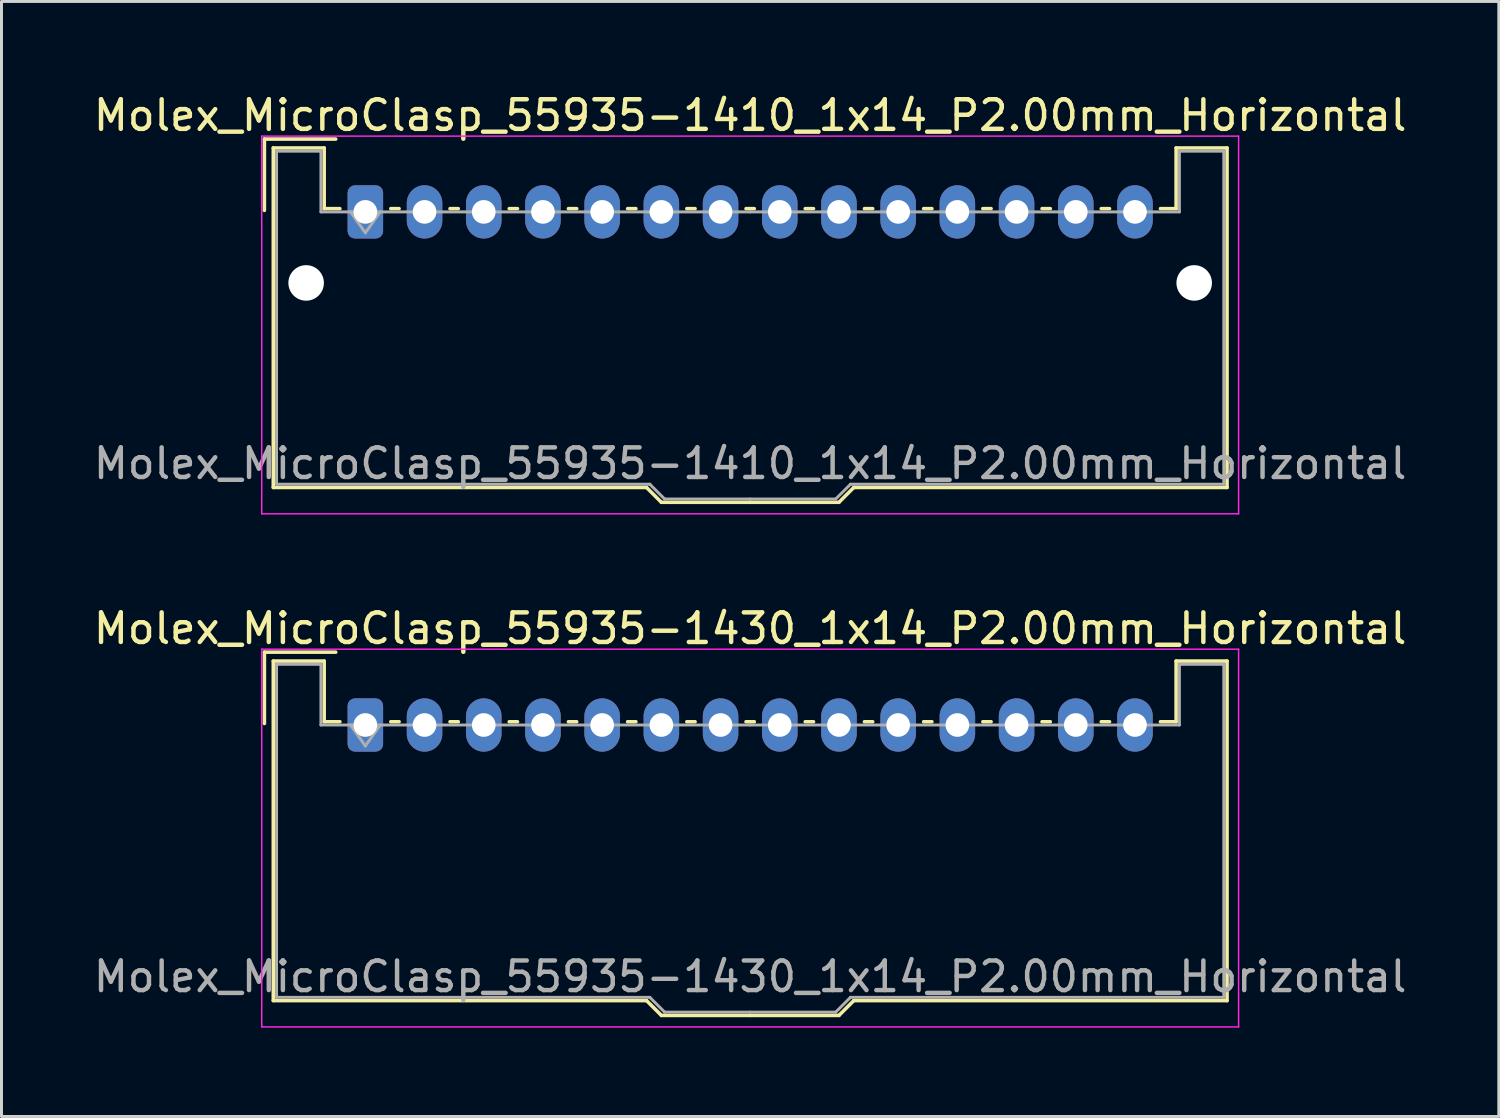
<source format=kicad_pcb>
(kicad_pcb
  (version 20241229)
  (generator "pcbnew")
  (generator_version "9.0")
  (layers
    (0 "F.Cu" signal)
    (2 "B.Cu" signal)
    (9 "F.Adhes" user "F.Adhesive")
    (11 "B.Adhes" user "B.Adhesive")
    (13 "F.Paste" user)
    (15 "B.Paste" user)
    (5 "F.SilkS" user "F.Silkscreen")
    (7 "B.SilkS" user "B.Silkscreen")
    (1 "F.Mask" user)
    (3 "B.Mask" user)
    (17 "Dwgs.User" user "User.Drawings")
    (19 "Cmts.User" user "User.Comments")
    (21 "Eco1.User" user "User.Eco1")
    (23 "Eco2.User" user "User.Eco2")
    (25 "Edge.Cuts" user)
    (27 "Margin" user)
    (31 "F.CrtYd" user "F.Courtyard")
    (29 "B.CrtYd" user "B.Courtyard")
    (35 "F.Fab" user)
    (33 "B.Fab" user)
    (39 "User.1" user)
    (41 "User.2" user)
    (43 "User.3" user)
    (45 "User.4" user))
  (footprint "Molex_MicroClasp_55935-1430_1x14_P2.00mm_Horizontal"
    (layer "F.Cu")
    (at 9.292 21.442)
    (property "Reference" "Molex_MicroClasp_55935-1430_1x14_P2.00mm_Horizontal" (at 13 -3.26 0) (layer "F.SilkS") (effects (font (size 1 1) (thickness 0.15))))
    (attr through_hole)
    (fp_line (start -3.41 -2.46) (end -1 -2.46) (stroke (width 0.12) (type solid)) (layer "F.SilkS"))
    (fp_line (start -3.41 -0.05) (end -3.41 -2.46) (stroke (width 0.12) (type solid)) (layer "F.SilkS"))
    (fp_line (start -3.11 -2.16) (end -1.39 -2.16) (stroke (width 0.12) (type solid)) (layer "F.SilkS"))
    (fp_line (start -3.11 9.31) (end -3.11 -2.16) (stroke (width 0.12) (type solid)) (layer "F.SilkS"))
    (fp_line (start -1.39 -2.16) (end -1.39 -0.11) (stroke (width 0.12) (type solid)) (layer "F.SilkS"))
    (fp_line (start -1.39 -0.11) (end -0.86 -0.11) (stroke (width 0.12) (type solid)) (layer "F.SilkS"))
    (fp_line (start 0.86 -0.11) (end 1.14 -0.11) (stroke (width 0.12) (type solid)) (layer "F.SilkS"))
    (fp_line (start 2.86 -0.11) (end 3.14 -0.11) (stroke (width 0.12) (type solid)) (layer "F.SilkS"))
    (fp_line (start 4.86 -0.11) (end 5.14 -0.11) (stroke (width 0.12) (type solid)) (layer "F.SilkS"))
    (fp_line (start 6.86 -0.11) (end 7.14 -0.11) (stroke (width 0.12) (type solid)) (layer "F.SilkS"))
    (fp_line (start 8.86 -0.11) (end 9.14 -0.11) (stroke (width 0.12) (type solid)) (layer "F.SilkS"))
    (fp_line (start 9.5 9.31) (end -3.11 9.31) (stroke (width 0.12) (type solid)) (layer "F.SilkS"))
    (fp_line (start 10 9.81) (end 9.5 9.31) (stroke (width 0.12) (type solid)) (layer "F.SilkS"))
    (fp_line (start 10.86 -0.11) (end 11.14 -0.11) (stroke (width 0.12) (type solid)) (layer "F.SilkS"))
    (fp_line (start 12.86 -0.11) (end 13.14 -0.11) (stroke (width 0.12) (type solid)) (layer "F.SilkS"))
    (fp_line (start 13 9.81) (end 10 9.81) (stroke (width 0.12) (type solid)) (layer "F.SilkS"))
    (fp_line (start 13 9.81) (end 16 9.81) (stroke (width 0.12) (type solid)) (layer "F.SilkS"))
    (fp_line (start 14.86 -0.11) (end 15.14 -0.11) (stroke (width 0.12) (type solid)) (layer "F.SilkS"))
    (fp_line (start 16 9.81) (end 16.5 9.31) (stroke (width 0.12) (type solid)) (layer "F.SilkS"))
    (fp_line (start 16.5 9.31) (end 29.11 9.31) (stroke (width 0.12) (type solid)) (layer "F.SilkS"))
    (fp_line (start 16.86 -0.11) (end 17.14 -0.11) (stroke (width 0.12) (type solid)) (layer "F.SilkS"))
    (fp_line (start 18.86 -0.11) (end 19.14 -0.11) (stroke (width 0.12) (type solid)) (layer "F.SilkS"))
    (fp_line (start 20.86 -0.11) (end 21.14 -0.11) (stroke (width 0.12) (type solid)) (layer "F.SilkS"))
    (fp_line (start 22.86 -0.11) (end 23.14 -0.11) (stroke (width 0.12) (type solid)) (layer "F.SilkS"))
    (fp_line (start 24.86 -0.11) (end 25.14 -0.11) (stroke (width 0.12) (type solid)) (layer "F.SilkS"))
    (fp_line (start 27.39 -2.16) (end 27.39 -0.11) (stroke (width 0.12) (type solid)) (layer "F.SilkS"))
    (fp_line (start 27.39 -0.11) (end 26.86 -0.11) (stroke (width 0.12) (type solid)) (layer "F.SilkS"))
    (fp_line (start 29.11 -2.16) (end 27.39 -2.16) (stroke (width 0.12) (type solid)) (layer "F.SilkS"))
    (fp_line (start 29.11 9.31) (end 29.11 -2.16) (stroke (width 0.12) (type solid)) (layer "F.SilkS"))
    (fp_line (start -3.5 -2.56) (end -3.5 10.2) (stroke (width 0.05) (type solid)) (layer "F.CrtYd"))
    (fp_line (start -3.5 10.2) (end 29.5 10.2) (stroke (width 0.05) (type solid)) (layer "F.CrtYd"))
    (fp_line (start 29.5 -2.56) (end -3.5 -2.56) (stroke (width 0.05) (type solid)) (layer "F.CrtYd"))
    (fp_line (start 29.5 10.2) (end 29.5 -2.56) (stroke (width 0.05) (type solid)) (layer "F.CrtYd"))
    (fp_line (start -3 -2.05) (end -1.5 -2.05) (stroke (width 0.1) (type solid)) (layer "F.Fab"))
    (fp_line (start -3 9.2) (end -3 -2.05) (stroke (width 0.1) (type solid)) (layer "F.Fab"))
    (fp_line (start -1.5 -2.05) (end -1.5 0) (stroke (width 0.1) (type solid)) (layer "F.Fab"))
    (fp_line (start -1.5 0) (end 13 0) (stroke (width 0.1) (type solid)) (layer "F.Fab"))
    (fp_line (start -0.5 0) (end 0 0.707) (stroke (width 0.1) (type solid)) (layer "F.Fab"))
    (fp_line (start 0 0.707) (end 0.5 0) (stroke (width 0.1) (type solid)) (layer "F.Fab"))
    (fp_line (start 9.61 9.2) (end -3 9.2) (stroke (width 0.1) (type solid)) (layer "F.Fab"))
    (fp_line (start 10.11 9.7) (end 9.61 9.2) (stroke (width 0.1) (type solid)) (layer "F.Fab"))
    (fp_line (start 13 9.7) (end 10.11 9.7) (stroke (width 0.1) (type solid)) (layer "F.Fab"))
    (fp_line (start 13 9.7) (end 15.89 9.7) (stroke (width 0.1) (type solid)) (layer "F.Fab"))
    (fp_line (start 15.89 9.7) (end 16.39 9.2) (stroke (width 0.1) (type solid)) (layer "F.Fab"))
    (fp_line (start 16.39 9.2) (end 29 9.2) (stroke (width 0.1) (type solid)) (layer "F.Fab"))
    (fp_line (start 27.5 -2.05) (end 27.5 0) (stroke (width 0.1) (type solid)) (layer "F.Fab"))
    (fp_line (start 27.5 0) (end 13 0) (stroke (width 0.1) (type solid)) (layer "F.Fab"))
    (fp_line (start 29 -2.05) (end 27.5 -2.05) (stroke (width 0.1) (type solid)) (layer "F.Fab"))
    (fp_line (start 29 9.2) (end 29 -2.05) (stroke (width 0.1) (type solid)) (layer "F.Fab"))
    (fp_text user "${REFERENCE}" (at 13 8.5 0) (layer "F.Fab") (effects (font (size 1 1) (thickness 0.15))))
    (pad "1" thru_hole roundrect (at 0 0) (size 1.2 1.8) (drill 0.8) (layers "*.Cu" "*.Mask") (roundrect_rratio 0.208))
    (pad "2" thru_hole oval (at 2 0) (size 1.2 1.8) (drill 0.8) (layers "*.Cu" "*.Mask"))
    (pad "3" thru_hole oval (at 4 0) (size 1.2 1.8) (drill 0.8) (layers "*.Cu" "*.Mask"))
    (pad "4" thru_hole oval (at 6 0) (size 1.2 1.8) (drill 0.8) (layers "*.Cu" "*.Mask"))
    (pad "5" thru_hole oval (at 8 0) (size 1.2 1.8) (drill 0.8) (layers "*.Cu" "*.Mask"))
    (pad "6" thru_hole oval (at 10 0) (size 1.2 1.8) (drill 0.8) (layers "*.Cu" "*.Mask"))
    (pad "7" thru_hole oval (at 12 0) (size 1.2 1.8) (drill 0.8) (layers "*.Cu" "*.Mask"))
    (pad "8" thru_hole oval (at 14 0) (size 1.2 1.8) (drill 0.8) (layers "*.Cu" "*.Mask"))
    (pad "9" thru_hole oval (at 16 0) (size 1.2 1.8) (drill 0.8) (layers "*.Cu" "*.Mask"))
    (pad "10" thru_hole oval (at 18 0) (size 1.2 1.8) (drill 0.8) (layers "*.Cu" "*.Mask"))
    (pad "11" thru_hole oval (at 20 0) (size 1.2 1.8) (drill 0.8) (layers "*.Cu" "*.Mask"))
    (pad "12" thru_hole oval (at 22 0) (size 1.2 1.8) (drill 0.8) (layers "*.Cu" "*.Mask"))
    (pad "13" thru_hole oval (at 24 0) (size 1.2 1.8) (drill 0.8) (layers "*.Cu" "*.Mask"))
    (pad "14" thru_hole oval (at 26 0) (size 1.2 1.8) (drill 0.8) (layers "*.Cu" "*.Mask")))
  (footprint "Molex_MicroClasp_55935-1410_1x14_P2.00mm_Horizontal"
    (layer "F.Cu")
    (at 9.292 4.108)
    (property "Reference" "Molex_MicroClasp_55935-1410_1x14_P2.00mm_Horizontal" (at 13 -3.26 0) (layer "F.SilkS") (effects (font (size 1 1) (thickness 0.15))))
    (attr through_hole)
    (fp_line (start -3.41 -2.46) (end -1 -2.46) (stroke (width 0.12) (type solid)) (layer "F.SilkS"))
    (fp_line (start -3.41 -0.05) (end -3.41 -2.46) (stroke (width 0.12) (type solid)) (layer "F.SilkS"))
    (fp_line (start -3.11 -2.16) (end -1.39 -2.16) (stroke (width 0.12) (type solid)) (layer "F.SilkS"))
    (fp_line (start -3.11 9.31) (end -3.11 -2.16) (stroke (width 0.12) (type solid)) (layer "F.SilkS"))
    (fp_line (start -1.39 -2.16) (end -1.39 -0.11) (stroke (width 0.12) (type solid)) (layer "F.SilkS"))
    (fp_line (start -1.39 -0.11) (end -0.86 -0.11) (stroke (width 0.12) (type solid)) (layer "F.SilkS"))
    (fp_line (start 0.86 -0.11) (end 1.14 -0.11) (stroke (width 0.12) (type solid)) (layer "F.SilkS"))
    (fp_line (start 2.86 -0.11) (end 3.14 -0.11) (stroke (width 0.12) (type solid)) (layer "F.SilkS"))
    (fp_line (start 4.86 -0.11) (end 5.14 -0.11) (stroke (width 0.12) (type solid)) (layer "F.SilkS"))
    (fp_line (start 6.86 -0.11) (end 7.14 -0.11) (stroke (width 0.12) (type solid)) (layer "F.SilkS"))
    (fp_line (start 8.86 -0.11) (end 9.14 -0.11) (stroke (width 0.12) (type solid)) (layer "F.SilkS"))
    (fp_line (start 9.5 9.31) (end -3.11 9.31) (stroke (width 0.12) (type solid)) (layer "F.SilkS"))
    (fp_line (start 10 9.81) (end 9.5 9.31) (stroke (width 0.12) (type solid)) (layer "F.SilkS"))
    (fp_line (start 10.86 -0.11) (end 11.14 -0.11) (stroke (width 0.12) (type solid)) (layer "F.SilkS"))
    (fp_line (start 12.86 -0.11) (end 13.14 -0.11) (stroke (width 0.12) (type solid)) (layer "F.SilkS"))
    (fp_line (start 13 9.81) (end 10 9.81) (stroke (width 0.12) (type solid)) (layer "F.SilkS"))
    (fp_line (start 13 9.81) (end 16 9.81) (stroke (width 0.12) (type solid)) (layer "F.SilkS"))
    (fp_line (start 14.86 -0.11) (end 15.14 -0.11) (stroke (width 0.12) (type solid)) (layer "F.SilkS"))
    (fp_line (start 16 9.81) (end 16.5 9.31) (stroke (width 0.12) (type solid)) (layer "F.SilkS"))
    (fp_line (start 16.5 9.31) (end 29.11 9.31) (stroke (width 0.12) (type solid)) (layer "F.SilkS"))
    (fp_line (start 16.86 -0.11) (end 17.14 -0.11) (stroke (width 0.12) (type solid)) (layer "F.SilkS"))
    (fp_line (start 18.86 -0.11) (end 19.14 -0.11) (stroke (width 0.12) (type solid)) (layer "F.SilkS"))
    (fp_line (start 20.86 -0.11) (end 21.14 -0.11) (stroke (width 0.12) (type solid)) (layer "F.SilkS"))
    (fp_line (start 22.86 -0.11) (end 23.14 -0.11) (stroke (width 0.12) (type solid)) (layer "F.SilkS"))
    (fp_line (start 24.86 -0.11) (end 25.14 -0.11) (stroke (width 0.12) (type solid)) (layer "F.SilkS"))
    (fp_line (start 27.39 -2.16) (end 27.39 -0.11) (stroke (width 0.12) (type solid)) (layer "F.SilkS"))
    (fp_line (start 27.39 -0.11) (end 26.86 -0.11) (stroke (width 0.12) (type solid)) (layer "F.SilkS"))
    (fp_line (start 29.11 -2.16) (end 27.39 -2.16) (stroke (width 0.12) (type solid)) (layer "F.SilkS"))
    (fp_line (start 29.11 9.31) (end 29.11 -2.16) (stroke (width 0.12) (type solid)) (layer "F.SilkS"))
    (fp_line (start -3.5 -2.56) (end -3.5 10.2) (stroke (width 0.05) (type solid)) (layer "F.CrtYd"))
    (fp_line (start -3.5 10.2) (end 29.5 10.2) (stroke (width 0.05) (type solid)) (layer "F.CrtYd"))
    (fp_line (start 29.5 -2.56) (end -3.5 -2.56) (stroke (width 0.05) (type solid)) (layer "F.CrtYd"))
    (fp_line (start 29.5 10.2) (end 29.5 -2.56) (stroke (width 0.05) (type solid)) (layer "F.CrtYd"))
    (fp_line (start -3 -2.05) (end -1.5 -2.05) (stroke (width 0.1) (type solid)) (layer "F.Fab"))
    (fp_line (start -3 9.2) (end -3 -2.05) (stroke (width 0.1) (type solid)) (layer "F.Fab"))
    (fp_line (start -1.5 -2.05) (end -1.5 0) (stroke (width 0.1) (type solid)) (layer "F.Fab"))
    (fp_line (start -1.5 0) (end 13 0) (stroke (width 0.1) (type solid)) (layer "F.Fab"))
    (fp_line (start -0.5 0) (end 0 0.707) (stroke (width 0.1) (type solid)) (layer "F.Fab"))
    (fp_line (start 0 0.707) (end 0.5 0) (stroke (width 0.1) (type solid)) (layer "F.Fab"))
    (fp_line (start 9.61 9.2) (end -3 9.2) (stroke (width 0.1) (type solid)) (layer "F.Fab"))
    (fp_line (start 10.11 9.7) (end 9.61 9.2) (stroke (width 0.1) (type solid)) (layer "F.Fab"))
    (fp_line (start 13 9.7) (end 10.11 9.7) (stroke (width 0.1) (type solid)) (layer "F.Fab"))
    (fp_line (start 13 9.7) (end 15.89 9.7) (stroke (width 0.1) (type solid)) (layer "F.Fab"))
    (fp_line (start 15.89 9.7) (end 16.39 9.2) (stroke (width 0.1) (type solid)) (layer "F.Fab"))
    (fp_line (start 16.39 9.2) (end 29 9.2) (stroke (width 0.1) (type solid)) (layer "F.Fab"))
    (fp_line (start 27.5 -2.05) (end 27.5 0) (stroke (width 0.1) (type solid)) (layer "F.Fab"))
    (fp_line (start 27.5 0) (end 13 0) (stroke (width 0.1) (type solid)) (layer "F.Fab"))
    (fp_line (start 29 -2.05) (end 27.5 -2.05) (stroke (width 0.1) (type solid)) (layer "F.Fab"))
    (fp_line (start 29 9.2) (end 29 -2.05) (stroke (width 0.1) (type solid)) (layer "F.Fab"))
    (fp_text user "${REFERENCE}" (at 13 8.5 0) (layer "F.Fab") (effects (font (size 1 1) (thickness 0.15))))
    (pad "" np_thru_hole circle (at -2 2.4) (size 1.2 1.2) (drill 1.2) (layers "*.Cu" "*.Mask"))
    (pad "" np_thru_hole circle (at 28 2.4) (size 1.2 1.2) (drill 1.2) (layers "*.Cu" "*.Mask"))
    (pad "1" thru_hole roundrect (at 0 0) (size 1.2 1.8) (drill 0.8) (layers "*.Cu" "*.Mask") (roundrect_rratio 0.208))
    (pad "2" thru_hole oval (at 2 0) (size 1.2 1.8) (drill 0.8) (layers "*.Cu" "*.Mask"))
    (pad "3" thru_hole oval (at 4 0) (size 1.2 1.8) (drill 0.8) (layers "*.Cu" "*.Mask"))
    (pad "4" thru_hole oval (at 6 0) (size 1.2 1.8) (drill 0.8) (layers "*.Cu" "*.Mask"))
    (pad "5" thru_hole oval (at 8 0) (size 1.2 1.8) (drill 0.8) (layers "*.Cu" "*.Mask"))
    (pad "6" thru_hole oval (at 10 0) (size 1.2 1.8) (drill 0.8) (layers "*.Cu" "*.Mask"))
    (pad "7" thru_hole oval (at 12 0) (size 1.2 1.8) (drill 0.8) (layers "*.Cu" "*.Mask"))
    (pad "8" thru_hole oval (at 14 0) (size 1.2 1.8) (drill 0.8) (layers "*.Cu" "*.Mask"))
    (pad "9" thru_hole oval (at 16 0) (size 1.2 1.8) (drill 0.8) (layers "*.Cu" "*.Mask"))
    (pad "10" thru_hole oval (at 18 0) (size 1.2 1.8) (drill 0.8) (layers "*.Cu" "*.Mask"))
    (pad "11" thru_hole oval (at 20 0) (size 1.2 1.8) (drill 0.8) (layers "*.Cu" "*.Mask"))
    (pad "12" thru_hole oval (at 22 0) (size 1.2 1.8) (drill 0.8) (layers "*.Cu" "*.Mask"))
    (pad "13" thru_hole oval (at 24 0) (size 1.2 1.8) (drill 0.8) (layers "*.Cu" "*.Mask"))
    (pad "14" thru_hole oval (at 26 0) (size 1.2 1.8) (drill 0.8) (layers "*.Cu" "*.Mask")))
  (gr_rect
    (start -3 -3)
    (end 47.583 34.666)
    (stroke (width 0.1) (type default))
    (fill no)
    (layer "Edge.Cuts")))
</source>
